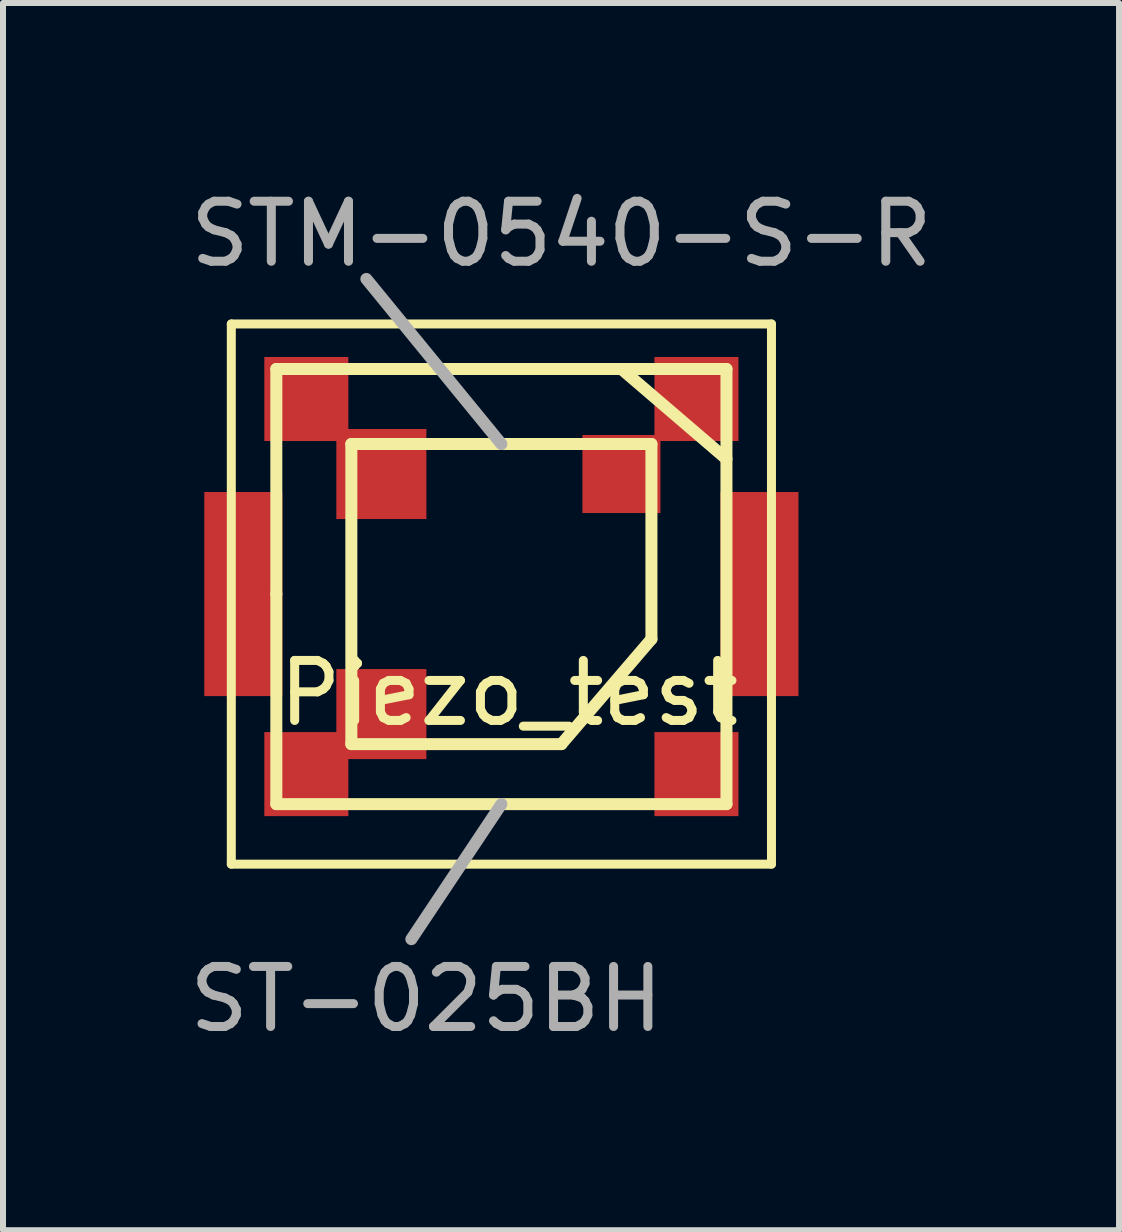
<source format=kicad_pcb>
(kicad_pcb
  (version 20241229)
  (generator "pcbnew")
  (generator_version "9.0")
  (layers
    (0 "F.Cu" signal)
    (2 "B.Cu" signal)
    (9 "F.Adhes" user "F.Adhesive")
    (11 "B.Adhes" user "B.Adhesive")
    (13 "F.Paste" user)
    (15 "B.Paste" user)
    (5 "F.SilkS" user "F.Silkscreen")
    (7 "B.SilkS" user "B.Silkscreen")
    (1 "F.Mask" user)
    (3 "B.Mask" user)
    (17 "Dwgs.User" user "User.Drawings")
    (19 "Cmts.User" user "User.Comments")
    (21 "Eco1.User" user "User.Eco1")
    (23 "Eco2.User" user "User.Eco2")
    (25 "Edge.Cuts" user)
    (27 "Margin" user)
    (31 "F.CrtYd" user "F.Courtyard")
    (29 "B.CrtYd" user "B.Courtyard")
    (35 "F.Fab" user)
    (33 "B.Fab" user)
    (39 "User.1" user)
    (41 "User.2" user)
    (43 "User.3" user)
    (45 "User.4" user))
  (footprint "Piezo_test"
    (layer "F.Cu")
    (at 5.304 6.848)
    (property "Reference" "Piezo_test" (at 0.127 1.651 180) (layer "F.SilkS") (effects (font (size 1 1) (thickness 0.15))))
    (attr through_hole)
    (fp_line (start -4.5 -4.5) (end -4.5 4.5) (stroke (width 0.15) (type solid)) (layer "F.SilkS"))
    (fp_line (start -4.5 4.5) (end 4.5 4.5) (stroke (width 0.15) (type solid)) (layer "F.SilkS"))
    (fp_line (start -3.75 -3.75) (end 3.75 -3.75) (stroke (width 0.2) (type solid)) (layer "F.SilkS"))
    (fp_line (start -3.75 0) (end -3.75 -3.75) (stroke (width 0.2) (type solid)) (layer "F.SilkS"))
    (fp_line (start -3.75 0) (end -3.75 3.5) (stroke (width 0.2) (type solid)) (layer "F.SilkS"))
    (fp_line (start -3.75 3.5) (end 3.75 3.5) (stroke (width 0.2) (type solid)) (layer "F.SilkS"))
    (fp_line (start -2.5 -2.5) (end 2.5 -2.5) (stroke (width 0.2) (type solid)) (layer "F.SilkS"))
    (fp_line (start -2.5 2.5) (end -2.5 -2.5) (stroke (width 0.2) (type solid)) (layer "F.SilkS"))
    (fp_line (start 1 2.5) (end -2.5 2.5) (stroke (width 0.2) (type solid)) (layer "F.SilkS"))
    (fp_line (start 2 -3.75) (end 3.75 -2.25) (stroke (width 0.2) (type solid)) (layer "F.SilkS"))
    (fp_line (start 2.5 0.75) (end 1 2.5) (stroke (width 0.2) (type solid)) (layer "F.SilkS"))
    (fp_line (start 2.5 0.75) (end 2.5 -2.5) (stroke (width 0.2) (type solid)) (layer "F.SilkS"))
    (fp_line (start 3.75 3.5) (end 3.75 -3.75) (stroke (width 0.2) (type solid)) (layer "F.SilkS"))
    (fp_line (start 4.5 -4.5) (end -4.5 -4.5) (stroke (width 0.15) (type solid)) (layer "F.SilkS"))
    (fp_line (start 4.5 4.5) (end 4.5 -4.5) (stroke (width 0.15) (type solid)) (layer "F.SilkS"))
    (fp_line (start -2.25 -5.25) (end 0 -2.5) (stroke (width 0.2) (type solid)) (layer "F.Fab"))
    (fp_line (start -1.5 5.75) (end 0 3.5) (stroke (width 0.2) (type solid)) (layer "F.Fab"))
    (fp_text user "ST-025BH" (at -1.25 6.75 0) (layer "F.Fab") (effects (font (size 1 1) (thickness 0.15))))
    (fp_text user "STM-0540-S-R" (at 1 -6 0) (layer "F.Fab") (effects (font (size 1 1) (thickness 0.15))))
    (pad "1" smd rect (at -4.3 0) (size 1.3 3.4) (layers "F.Cu" "F.Mask" "F.Paste"))
    (pad "1" smd rect (at -3.25 -3.25) (size 1.4 1.4) (layers "F.Cu" "F.Mask" "F.Paste"))
    (pad "1" smd rect (at -2 -2) (size 1.5 1.5) (layers "F.Cu" "F.Mask" "F.Paste"))
    (pad "2" smd rect (at -3.25 3) (size 1.4 1.4) (layers "F.Cu" "F.Mask" "F.Paste"))
    (pad "2" smd rect (at -2 2) (size 1.5 1.5) (layers "F.Cu" "F.Mask" "F.Paste"))
    (pad "2" smd rect (at 4.3 0) (size 1.3 3.4) (layers "F.Cu" "F.Mask" "F.Paste"))
    (pad "3" smd rect (at 2 -2) (size 1.3 1.3) (layers "F.Cu" "F.Mask" "F.Paste"))
    (pad "3" smd rect (at 3.25 -3.25) (size 1.4 1.4) (layers "F.Cu" "F.Mask" "F.Paste"))
    (pad "3" smd rect (at 3.25 3) (size 1.4 1.4) (layers "F.Cu" "F.Mask" "F.Paste")))
  (gr_rect
    (start -3 -3)
    (end 15.595 17.447)
    (stroke (width 0.1) (type default))
    (fill no)
    (layer "Edge.Cuts")))
</source>
